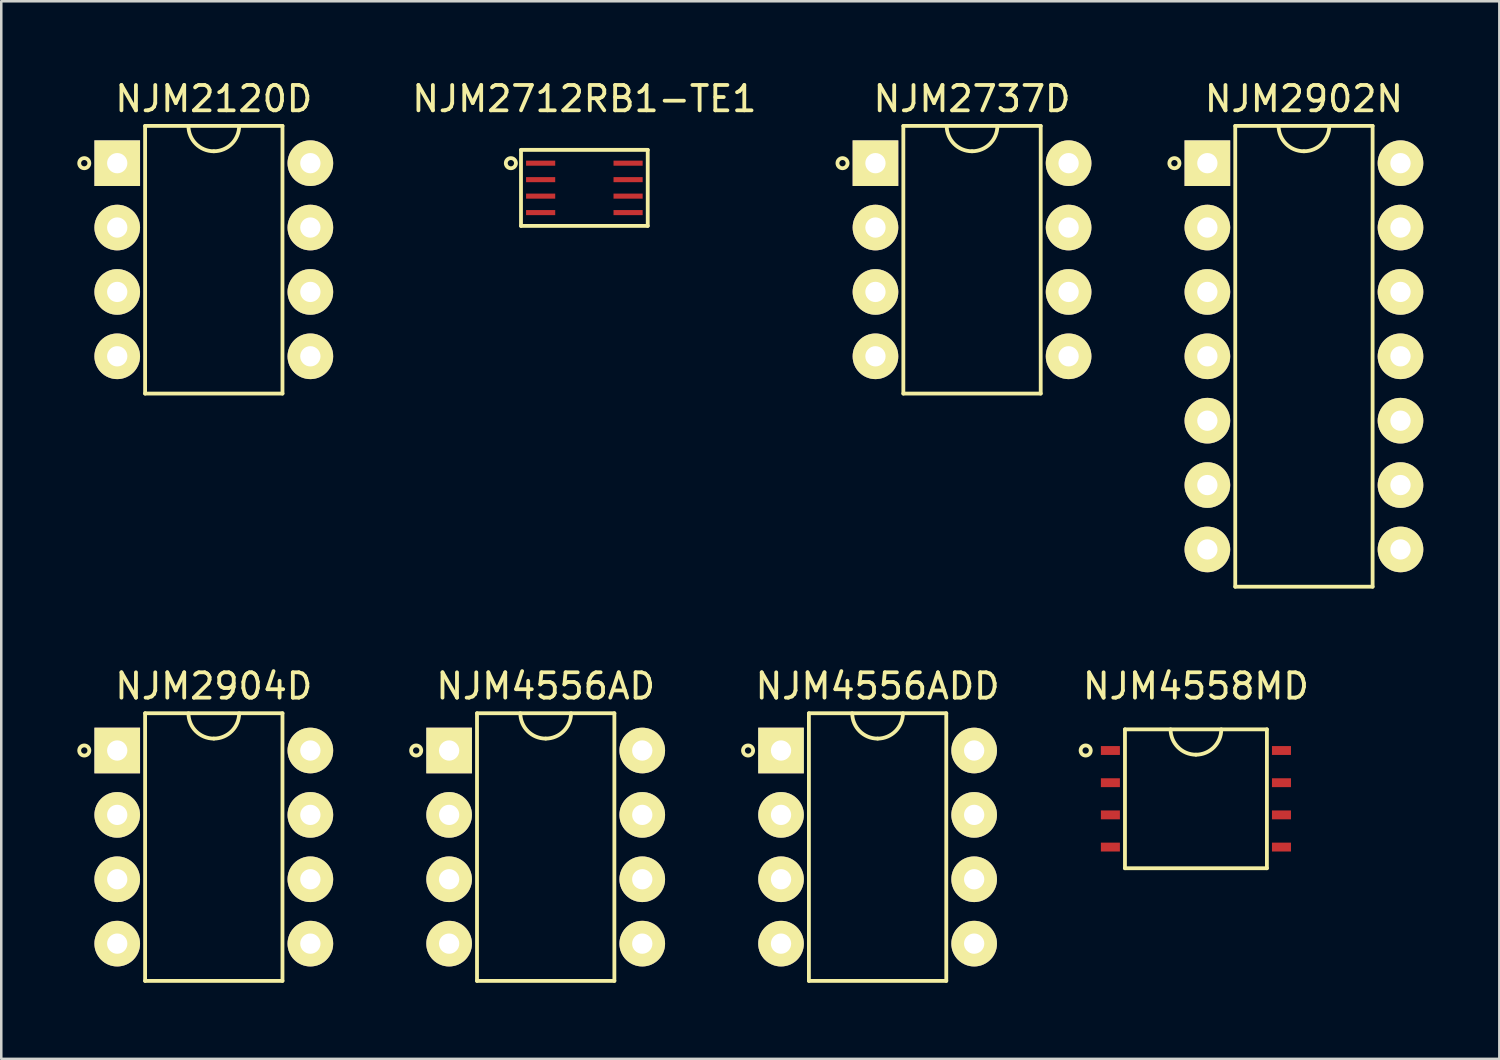
<source format=kicad_pcb>
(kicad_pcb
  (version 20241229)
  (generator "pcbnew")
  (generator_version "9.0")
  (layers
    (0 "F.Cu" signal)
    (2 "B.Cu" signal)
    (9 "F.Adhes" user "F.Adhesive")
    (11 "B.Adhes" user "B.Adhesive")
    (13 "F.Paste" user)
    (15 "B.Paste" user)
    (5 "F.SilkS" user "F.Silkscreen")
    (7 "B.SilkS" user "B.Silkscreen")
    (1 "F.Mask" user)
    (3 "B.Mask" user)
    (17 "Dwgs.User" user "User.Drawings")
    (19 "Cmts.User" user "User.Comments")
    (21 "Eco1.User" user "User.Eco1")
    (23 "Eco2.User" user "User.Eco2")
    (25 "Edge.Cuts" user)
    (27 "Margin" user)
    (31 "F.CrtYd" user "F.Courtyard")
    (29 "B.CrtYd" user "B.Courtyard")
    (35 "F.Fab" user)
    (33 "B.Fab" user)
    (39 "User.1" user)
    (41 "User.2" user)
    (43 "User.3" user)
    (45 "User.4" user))
  (footprint "NJM2120D"
    (layer "F.Cu")
    (at 1.575 3.388)
    (property "Reference" "NJM2120D" (at 3.81 -2.54 0) (layer "F.SilkS") (effects (font (size 1 1) (thickness 0.15))))
    (attr through_hole)
    (fp_line (start 1.1 -1.47) (end 6.52 -1.47) (stroke (width 0.15) (type solid)) (layer "F.SilkS"))
    (fp_line (start 1.1 9.09) (end 1.1 -1.47) (stroke (width 0.15) (type solid)) (layer "F.SilkS"))
    (fp_line (start 6.52 -1.47) (end 6.52 9.09) (stroke (width 0.15) (type solid)) (layer "F.SilkS"))
    (fp_line (start 6.52 9.09) (end 1.1 9.09) (stroke (width 0.15) (type solid)) (layer "F.SilkS"))
    (fp_arc (start 3.81 -0.47) (mid 3.102893 -0.762893) (end 2.81 -1.47) (stroke (width 0.15) (type solid)) (layer "F.SilkS"))
    (fp_arc (start 4.81 -1.47) (mid 4.517107 -0.762893) (end 3.81 -0.47) (stroke (width 0.15) (type solid)) (layer "F.SilkS"))
    (fp_circle (center -1.3 0) (end -1.3 0.2) (stroke (width 0.15) (type solid)) (fill no) (layer "F.SilkS"))
    (pad "1" thru_hole rect (at 0 0) (size 1.8 1.8) (drill 0.8) (layers "*.Cu" "*.Mask" "F.SilkS"))
    (pad "2" thru_hole circle (at 0 2.54) (size 1.8 1.8) (drill 0.8) (layers "*.Cu" "*.Mask" "F.SilkS"))
    (pad "3" thru_hole circle (at 0 5.08) (size 1.8 1.8) (drill 0.8) (layers "*.Cu" "*.Mask" "F.SilkS"))
    (pad "4" thru_hole circle (at 0 7.62) (size 1.8 1.8) (drill 0.8) (layers "*.Cu" "*.Mask" "F.SilkS"))
    (pad "5" thru_hole circle (at 7.62 7.62) (size 1.8 1.8) (drill 0.8) (layers "*.Cu" "*.Mask" "F.SilkS"))
    (pad "6" thru_hole circle (at 7.62 5.08) (size 1.8 1.8) (drill 0.8) (layers "*.Cu" "*.Mask" "F.SilkS"))
    (pad "7" thru_hole circle (at 7.62 2.54) (size 1.8 1.8) (drill 0.8) (layers "*.Cu" "*.Mask" "F.SilkS"))
    (pad "8" thru_hole circle (at 7.62 0) (size 1.8 1.8) (drill 0.8) (layers "*.Cu" "*.Mask" "F.SilkS")))
  (footprint "NJM2904D"
    (layer "F.Cu")
    (at 1.575 26.561)
    (property "Reference" "NJM2904D" (at 3.81 -2.54 0) (layer "F.SilkS") (effects (font (size 1 1) (thickness 0.15))))
    (attr through_hole)
    (fp_line (start 1.1 -1.47) (end 6.52 -1.47) (stroke (width 0.15) (type solid)) (layer "F.SilkS"))
    (fp_line (start 1.1 9.09) (end 1.1 -1.47) (stroke (width 0.15) (type solid)) (layer "F.SilkS"))
    (fp_line (start 6.52 -1.47) (end 6.52 9.09) (stroke (width 0.15) (type solid)) (layer "F.SilkS"))
    (fp_line (start 6.52 9.09) (end 1.1 9.09) (stroke (width 0.15) (type solid)) (layer "F.SilkS"))
    (fp_arc (start 3.81 -0.47) (mid 3.102893 -0.762893) (end 2.81 -1.47) (stroke (width 0.15) (type solid)) (layer "F.SilkS"))
    (fp_arc (start 4.81 -1.47) (mid 4.517107 -0.762893) (end 3.81 -0.47) (stroke (width 0.15) (type solid)) (layer "F.SilkS"))
    (fp_circle (center -1.3 0) (end -1.3 0.2) (stroke (width 0.15) (type solid)) (fill no) (layer "F.SilkS"))
    (pad "1" thru_hole rect (at 0 0) (size 1.8 1.8) (drill 0.8) (layers "*.Cu" "*.Mask" "F.SilkS"))
    (pad "2" thru_hole circle (at 0 2.54) (size 1.8 1.8) (drill 0.8) (layers "*.Cu" "*.Mask" "F.SilkS"))
    (pad "3" thru_hole circle (at 0 5.08) (size 1.8 1.8) (drill 0.8) (layers "*.Cu" "*.Mask" "F.SilkS"))
    (pad "4" thru_hole circle (at 0 7.62) (size 1.8 1.8) (drill 0.8) (layers "*.Cu" "*.Mask" "F.SilkS"))
    (pad "5" thru_hole circle (at 7.62 7.62) (size 1.8 1.8) (drill 0.8) (layers "*.Cu" "*.Mask" "F.SilkS"))
    (pad "6" thru_hole circle (at 7.62 5.08) (size 1.8 1.8) (drill 0.8) (layers "*.Cu" "*.Mask" "F.SilkS"))
    (pad "7" thru_hole circle (at 7.62 2.54) (size 1.8 1.8) (drill 0.8) (layers "*.Cu" "*.Mask" "F.SilkS"))
    (pad "8" thru_hole circle (at 7.62 0) (size 1.8 1.8) (drill 0.8) (layers "*.Cu" "*.Mask" "F.SilkS")))
  (footprint "NJM2737D"
    (layer "F.Cu")
    (at 31.491 3.388)
    (property "Reference" "NJM2737D" (at 3.81 -2.54 0) (layer "F.SilkS") (effects (font (size 1 1) (thickness 0.15))))
    (attr through_hole)
    (fp_line (start 1.1 -1.47) (end 6.52 -1.47) (stroke (width 0.15) (type solid)) (layer "F.SilkS"))
    (fp_line (start 1.1 9.09) (end 1.1 -1.47) (stroke (width 0.15) (type solid)) (layer "F.SilkS"))
    (fp_line (start 6.52 -1.47) (end 6.52 9.09) (stroke (width 0.15) (type solid)) (layer "F.SilkS"))
    (fp_line (start 6.52 9.09) (end 1.1 9.09) (stroke (width 0.15) (type solid)) (layer "F.SilkS"))
    (fp_arc (start 3.81 -0.47) (mid 3.102893 -0.762893) (end 2.81 -1.47) (stroke (width 0.15) (type solid)) (layer "F.SilkS"))
    (fp_arc (start 4.81 -1.47) (mid 4.517107 -0.762893) (end 3.81 -0.47) (stroke (width 0.15) (type solid)) (layer "F.SilkS"))
    (fp_circle (center -1.3 0) (end -1.3 0.2) (stroke (width 0.15) (type solid)) (fill no) (layer "F.SilkS"))
    (pad "1" thru_hole rect (at 0 0) (size 1.8 1.8) (drill 0.8) (layers "*.Cu" "*.Mask" "F.SilkS"))
    (pad "2" thru_hole circle (at 0 2.54) (size 1.8 1.8) (drill 0.8) (layers "*.Cu" "*.Mask" "F.SilkS"))
    (pad "3" thru_hole circle (at 0 5.08) (size 1.8 1.8) (drill 0.8) (layers "*.Cu" "*.Mask" "F.SilkS"))
    (pad "4" thru_hole circle (at 0 7.62) (size 1.8 1.8) (drill 0.8) (layers "*.Cu" "*.Mask" "F.SilkS"))
    (pad "5" thru_hole circle (at 7.62 7.62) (size 1.8 1.8) (drill 0.8) (layers "*.Cu" "*.Mask" "F.SilkS"))
    (pad "6" thru_hole circle (at 7.62 5.08) (size 1.8 1.8) (drill 0.8) (layers "*.Cu" "*.Mask" "F.SilkS"))
    (pad "7" thru_hole circle (at 7.62 2.54) (size 1.8 1.8) (drill 0.8) (layers "*.Cu" "*.Mask" "F.SilkS"))
    (pad "8" thru_hole circle (at 7.62 0) (size 1.8 1.8) (drill 0.8) (layers "*.Cu" "*.Mask" "F.SilkS")))
  (footprint "NJM4558MD"
    (layer "F.Cu")
    (at 40.76 26.561)
    (property "Reference" "NJM4558MD" (at 3.375 -2.54 0) (layer "F.SilkS") (effects (font (size 1 1) (thickness 0.15))))
    (attr through_hole)
    (fp_line (start 0.575 -0.835) (end 6.175 -0.835) (stroke (width 0.15) (type solid)) (layer "F.SilkS"))
    (fp_line (start 0.575 4.645) (end 0.575 -0.835) (stroke (width 0.15) (type solid)) (layer "F.SilkS"))
    (fp_line (start 6.175 -0.835) (end 6.175 4.645) (stroke (width 0.15) (type solid)) (layer "F.SilkS"))
    (fp_line (start 6.175 4.645) (end 0.575 4.645) (stroke (width 0.15) (type solid)) (layer "F.SilkS"))
    (fp_arc (start 3.375 0.165) (mid 2.667893 -0.127893) (end 2.375 -0.835) (stroke (width 0.15) (type solid)) (layer "F.SilkS"))
    (fp_arc (start 4.375 -0.835) (mid 4.082107 -0.127893) (end 3.375 0.165) (stroke (width 0.15) (type solid)) (layer "F.SilkS"))
    (fp_circle (center -0.975 0) (end -0.975 0.2) (stroke (width 0.15) (type solid)) (fill no) (layer "F.SilkS"))
    (pad "1" smd rect (at 0 0) (size 0.75 0.35) (layers "F.Cu" "F.Mask" "F.Paste"))
    (pad "2" smd rect (at 0 1.27) (size 0.75 0.35) (layers "F.Cu" "F.Mask" "F.Paste"))
    (pad "3" smd rect (at 0 2.54) (size 0.75 0.35) (layers "F.Cu" "F.Mask" "F.Paste"))
    (pad "4" smd rect (at 0 3.81) (size 0.75 0.35) (layers "F.Cu" "F.Mask" "F.Paste"))
    (pad "5" smd rect (at 6.75 3.81) (size 0.75 0.35) (layers "F.Cu" "F.Mask" "F.Paste"))
    (pad "6" smd rect (at 6.75 2.54) (size 0.75 0.35) (layers "F.Cu" "F.Mask" "F.Paste"))
    (pad "7" smd rect (at 6.75 1.27) (size 0.75 0.35) (layers "F.Cu" "F.Mask" "F.Paste"))
    (pad "8" smd rect (at 6.75 0) (size 0.75 0.35) (layers "F.Cu" "F.Mask" "F.Paste")))
  (footprint "NJM4556ADD"
    (layer "F.Cu")
    (at 27.765 26.561)
    (property "Reference" "NJM4556ADD" (at 3.81 -2.54 0) (layer "F.SilkS") (effects (font (size 1 1) (thickness 0.15))))
    (attr through_hole)
    (fp_line (start 1.1 -1.47) (end 6.52 -1.47) (stroke (width 0.15) (type solid)) (layer "F.SilkS"))
    (fp_line (start 1.1 9.09) (end 1.1 -1.47) (stroke (width 0.15) (type solid)) (layer "F.SilkS"))
    (fp_line (start 6.52 -1.47) (end 6.52 9.09) (stroke (width 0.15) (type solid)) (layer "F.SilkS"))
    (fp_line (start 6.52 9.09) (end 1.1 9.09) (stroke (width 0.15) (type solid)) (layer "F.SilkS"))
    (fp_arc (start 3.81 -0.47) (mid 3.102893 -0.762893) (end 2.81 -1.47) (stroke (width 0.15) (type solid)) (layer "F.SilkS"))
    (fp_arc (start 4.81 -1.47) (mid 4.517107 -0.762893) (end 3.81 -0.47) (stroke (width 0.15) (type solid)) (layer "F.SilkS"))
    (fp_circle (center -1.3 0) (end -1.3 0.2) (stroke (width 0.15) (type solid)) (fill no) (layer "F.SilkS"))
    (pad "1" thru_hole rect (at 0 0) (size 1.8 1.8) (drill 0.8) (layers "*.Cu" "*.Mask" "F.SilkS"))
    (pad "2" thru_hole circle (at 0 2.54) (size 1.8 1.8) (drill 0.8) (layers "*.Cu" "*.Mask" "F.SilkS"))
    (pad "3" thru_hole circle (at 0 5.08) (size 1.8 1.8) (drill 0.8) (layers "*.Cu" "*.Mask" "F.SilkS"))
    (pad "4" thru_hole circle (at 0 7.62) (size 1.8 1.8) (drill 0.8) (layers "*.Cu" "*.Mask" "F.SilkS"))
    (pad "5" thru_hole circle (at 7.62 7.62) (size 1.8 1.8) (drill 0.8) (layers "*.Cu" "*.Mask" "F.SilkS"))
    (pad "6" thru_hole circle (at 7.62 5.08) (size 1.8 1.8) (drill 0.8) (layers "*.Cu" "*.Mask" "F.SilkS"))
    (pad "7" thru_hole circle (at 7.62 2.54) (size 1.8 1.8) (drill 0.8) (layers "*.Cu" "*.Mask" "F.SilkS"))
    (pad "8" thru_hole circle (at 7.62 0) (size 1.8 1.8) (drill 0.8) (layers "*.Cu" "*.Mask" "F.SilkS")))
  (footprint "NJM4556AD"
    (layer "F.Cu")
    (at 14.67 26.561)
    (property "Reference" "NJM4556AD" (at 3.81 -2.54 0) (layer "F.SilkS") (effects (font (size 1 1) (thickness 0.15))))
    (attr through_hole)
    (fp_line (start 1.1 -1.47) (end 6.52 -1.47) (stroke (width 0.15) (type solid)) (layer "F.SilkS"))
    (fp_line (start 1.1 9.09) (end 1.1 -1.47) (stroke (width 0.15) (type solid)) (layer "F.SilkS"))
    (fp_line (start 6.52 -1.47) (end 6.52 9.09) (stroke (width 0.15) (type solid)) (layer "F.SilkS"))
    (fp_line (start 6.52 9.09) (end 1.1 9.09) (stroke (width 0.15) (type solid)) (layer "F.SilkS"))
    (fp_arc (start 3.81 -0.47) (mid 3.102893 -0.762893) (end 2.81 -1.47) (stroke (width 0.15) (type solid)) (layer "F.SilkS"))
    (fp_arc (start 4.81 -1.47) (mid 4.517107 -0.762893) (end 3.81 -0.47) (stroke (width 0.15) (type solid)) (layer "F.SilkS"))
    (fp_circle (center -1.3 0) (end -1.3 0.2) (stroke (width 0.15) (type solid)) (fill no) (layer "F.SilkS"))
    (pad "1" thru_hole rect (at 0 0) (size 1.8 1.8) (drill 0.8) (layers "*.Cu" "*.Mask" "F.SilkS"))
    (pad "2" thru_hole circle (at 0 2.54) (size 1.8 1.8) (drill 0.8) (layers "*.Cu" "*.Mask" "F.SilkS"))
    (pad "3" thru_hole circle (at 0 5.08) (size 1.8 1.8) (drill 0.8) (layers "*.Cu" "*.Mask" "F.SilkS"))
    (pad "4" thru_hole circle (at 0 7.62) (size 1.8 1.8) (drill 0.8) (layers "*.Cu" "*.Mask" "F.SilkS"))
    (pad "5" thru_hole circle (at 7.62 7.62) (size 1.8 1.8) (drill 0.8) (layers "*.Cu" "*.Mask" "F.SilkS"))
    (pad "6" thru_hole circle (at 7.62 5.08) (size 1.8 1.8) (drill 0.8) (layers "*.Cu" "*.Mask" "F.SilkS"))
    (pad "7" thru_hole circle (at 7.62 2.54) (size 1.8 1.8) (drill 0.8) (layers "*.Cu" "*.Mask" "F.SilkS"))
    (pad "8" thru_hole circle (at 7.62 0) (size 1.8 1.8) (drill 0.8) (layers "*.Cu" "*.Mask" "F.SilkS")))
  (footprint "NJM2712RB1-TE1"
    (layer "F.Cu")
    (at 18.281 3.388)
    (property "Reference" "NJM2712RB1-TE1" (at 1.725 -2.54 0) (layer "F.SilkS") (effects (font (size 1 1) (thickness 0.15))))
    (attr through_hole)
    (fp_line (start -0.775 -0.525) (end 4.225 -0.525) (stroke (width 0.15) (type solid)) (layer "F.SilkS"))
    (fp_line (start -0.775 2.475) (end -0.775 -0.525) (stroke (width 0.15) (type solid)) (layer "F.SilkS"))
    (fp_line (start 4.225 -0.525) (end 4.225 2.475) (stroke (width 0.15) (type solid)) (layer "F.SilkS"))
    (fp_line (start 4.225 2.475) (end -0.775 2.475) (stroke (width 0.15) (type solid)) (layer "F.SilkS"))
    (fp_circle (center -1.175 0) (end -1.175 0.2) (stroke (width 0.15) (type solid)) (fill no) (layer "F.SilkS"))
    (pad "1" smd rect (at 0 0) (size 1.15 0.2) (layers "F.Cu" "F.Mask" "F.Paste"))
    (pad "2" smd rect (at 0 0.65) (size 1.15 0.2) (layers "F.Cu" "F.Mask" "F.Paste"))
    (pad "3" smd rect (at 0 1.3) (size 1.15 0.2) (layers "F.Cu" "F.Mask" "F.Paste"))
    (pad "4" smd rect (at 0 1.95) (size 1.15 0.2) (layers "F.Cu" "F.Mask" "F.Paste"))
    (pad "5" smd rect (at 3.45 1.95) (size 1.15 0.2) (layers "F.Cu" "F.Mask" "F.Paste"))
    (pad "6" smd rect (at 3.45 1.3) (size 1.15 0.2) (layers "F.Cu" "F.Mask" "F.Paste"))
    (pad "7" smd rect (at 3.45 0.65) (size 1.15 0.2) (layers "F.Cu" "F.Mask" "F.Paste"))
    (pad "8" smd rect (at 3.45 0) (size 1.15 0.2) (layers "F.Cu" "F.Mask" "F.Paste")))
  (footprint "NJM2902N"
    (layer "F.Cu")
    (at 44.586 3.388)
    (property "Reference" "NJM2902N" (at 3.81 -2.54 0) (layer "F.SilkS") (effects (font (size 1 1) (thickness 0.15))))
    (attr through_hole)
    (fp_line (start 1.1 -1.47) (end 6.52 -1.47) (stroke (width 0.15) (type solid)) (layer "F.SilkS"))
    (fp_line (start 1.1 16.71) (end 1.1 -1.47) (stroke (width 0.15) (type solid)) (layer "F.SilkS"))
    (fp_line (start 6.52 -1.47) (end 6.52 16.71) (stroke (width 0.15) (type solid)) (layer "F.SilkS"))
    (fp_line (start 6.52 16.71) (end 1.1 16.71) (stroke (width 0.15) (type solid)) (layer "F.SilkS"))
    (fp_arc (start 3.81 -0.47) (mid 3.102893 -0.762893) (end 2.81 -1.47) (stroke (width 0.15) (type solid)) (layer "F.SilkS"))
    (fp_arc (start 4.81 -1.47) (mid 4.517107 -0.762893) (end 3.81 -0.47) (stroke (width 0.15) (type solid)) (layer "F.SilkS"))
    (fp_circle (center -1.3 0) (end -1.3 0.2) (stroke (width 0.15) (type solid)) (fill no) (layer "F.SilkS"))
    (pad "1" thru_hole rect (at 0 0) (size 1.8 1.8) (drill 0.8) (layers "*.Cu" "*.Mask" "F.SilkS"))
    (pad "2" thru_hole circle (at 0 2.54) (size 1.8 1.8) (drill 0.8) (layers "*.Cu" "*.Mask" "F.SilkS"))
    (pad "3" thru_hole circle (at 0 5.08) (size 1.8 1.8) (drill 0.8) (layers "*.Cu" "*.Mask" "F.SilkS"))
    (pad "4" thru_hole circle (at 0 7.62) (size 1.8 1.8) (drill 0.8) (layers "*.Cu" "*.Mask" "F.SilkS"))
    (pad "5" thru_hole circle (at 0 10.16) (size 1.8 1.8) (drill 0.8) (layers "*.Cu" "*.Mask" "F.SilkS"))
    (pad "6" thru_hole circle (at 0 12.7) (size 1.8 1.8) (drill 0.8) (layers "*.Cu" "*.Mask" "F.SilkS"))
    (pad "7" thru_hole circle (at 0 15.24) (size 1.8 1.8) (drill 0.8) (layers "*.Cu" "*.Mask" "F.SilkS"))
    (pad "8" thru_hole circle (at 7.62 15.24) (size 1.8 1.8) (drill 0.8) (layers "*.Cu" "*.Mask" "F.SilkS"))
    (pad "9" thru_hole circle (at 7.62 12.7) (size 1.8 1.8) (drill 0.8) (layers "*.Cu" "*.Mask" "F.SilkS"))
    (pad "10" thru_hole circle (at 7.62 10.16) (size 1.8 1.8) (drill 0.8) (layers "*.Cu" "*.Mask" "F.SilkS"))
    (pad "11" thru_hole circle (at 7.62 7.62) (size 1.8 1.8) (drill 0.8) (layers "*.Cu" "*.Mask" "F.SilkS"))
    (pad "12" thru_hole circle (at 7.62 5.08) (size 1.8 1.8) (drill 0.8) (layers "*.Cu" "*.Mask" "F.SilkS"))
    (pad "13" thru_hole circle (at 7.62 2.54) (size 1.8 1.8) (drill 0.8) (layers "*.Cu" "*.Mask" "F.SilkS"))
    (pad "14" thru_hole circle (at 7.62 0) (size 1.8 1.8) (drill 0.8) (layers "*.Cu" "*.Mask" "F.SilkS")))
  (gr_rect
    (start -3 -3)
    (end 56.106 38.727)
    (stroke (width 0.1) (type default))
    (fill no)
    (layer "Edge.Cuts")))
</source>
